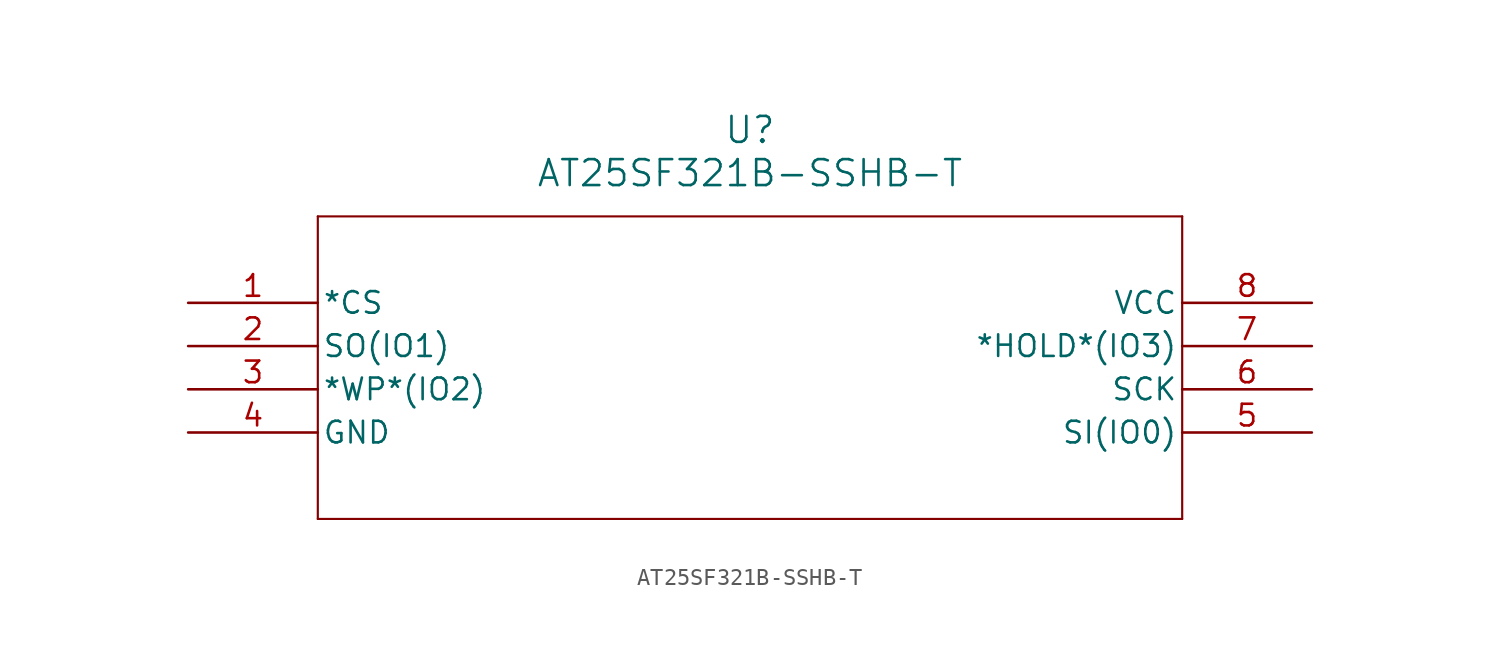
<source format=kicad_sym>
(kicad_symbol_lib
  (version 20211014)
  (generator kicad_symbol_editor)
  (symbol "AT25SF321B-SSHB-T"
    (pin_names
      (offset 0.254))
    (property "Reference" "U"
      (at 33.02 10.16 0)
      (effects (font (size 1.524 1.524))))
    (property "Value" "AT25SF321B-SSHB-T"
      (at 33.02 7.62 0)
      (effects (font (size 1.524 1.524))))
    (symbol "AT25SF321B-SSHB-T_0_1"
      (polyline (pts (xy 7.62 5.08) (xy 7.62 -12.7)) (stroke (width 0.127) (type default) (color 0 0 0 0)) (fill (type none)))
      (polyline (pts (xy 7.62 -12.7) (xy 58.42 -12.7)) (stroke (width 0.127) (type default) (color 0 0 0 0)) (fill (type none)))
      (polyline (pts (xy 58.42 -12.7) (xy 58.42 5.08)) (stroke (width 0.127) (type default) (color 0 0 0 0)) (fill (type none)))
      (polyline (pts (xy 58.42 5.08) (xy 7.62 5.08)) (stroke (width 0.127) (type default) (color 0 0 0 0)) (fill (type none)))
      (pin input line (at 0 0 0) (length 7.62) (name "*CS" (effects (font (size 1.27 1.27)))) (number "1" (effects (font (size 1.27 1.27)))))
      (pin bidirectional line (at 0 -2.54 0) (length 7.62) (name "SO(IO1)" (effects (font (size 1.27 1.27)))) (number "2" (effects (font (size 1.27 1.27)))))
      (pin bidirectional line (at 0 -5.08 0) (length 7.62) (name "*WP*(IO2)" (effects (font (size 1.27 1.27)))) (number "3" (effects (font (size 1.27 1.27)))))
      (pin power_out line (at 0 -7.62 0) (length 7.62) (name "GND" (effects (font (size 1.27 1.27)))) (number "4" (effects (font (size 1.27 1.27)))))
      (pin bidirectional line (at 66.04 -7.62 180) (length 7.62) (name "SI(IO0)" (effects (font (size 1.27 1.27)))) (number "5" (effects (font (size 1.27 1.27)))))
      (pin input line (at 66.04 -5.08 180) (length 7.62) (name "SCK" (effects (font (size 1.27 1.27)))) (number "6" (effects (font (size 1.27 1.27)))))
      (pin bidirectional line (at 66.04 -2.54 180) (length 7.62) (name "*HOLD*(IO3)" (effects (font (size 1.27 1.27)))) (number "7" (effects (font (size 1.27 1.27)))))
      (pin power_in line (at 66.04 0 180) (length 7.62) (name "VCC" (effects (font (size 1.27 1.27)))) (number "8" (effects (font (size 1.27 1.27))))))))
</source>
